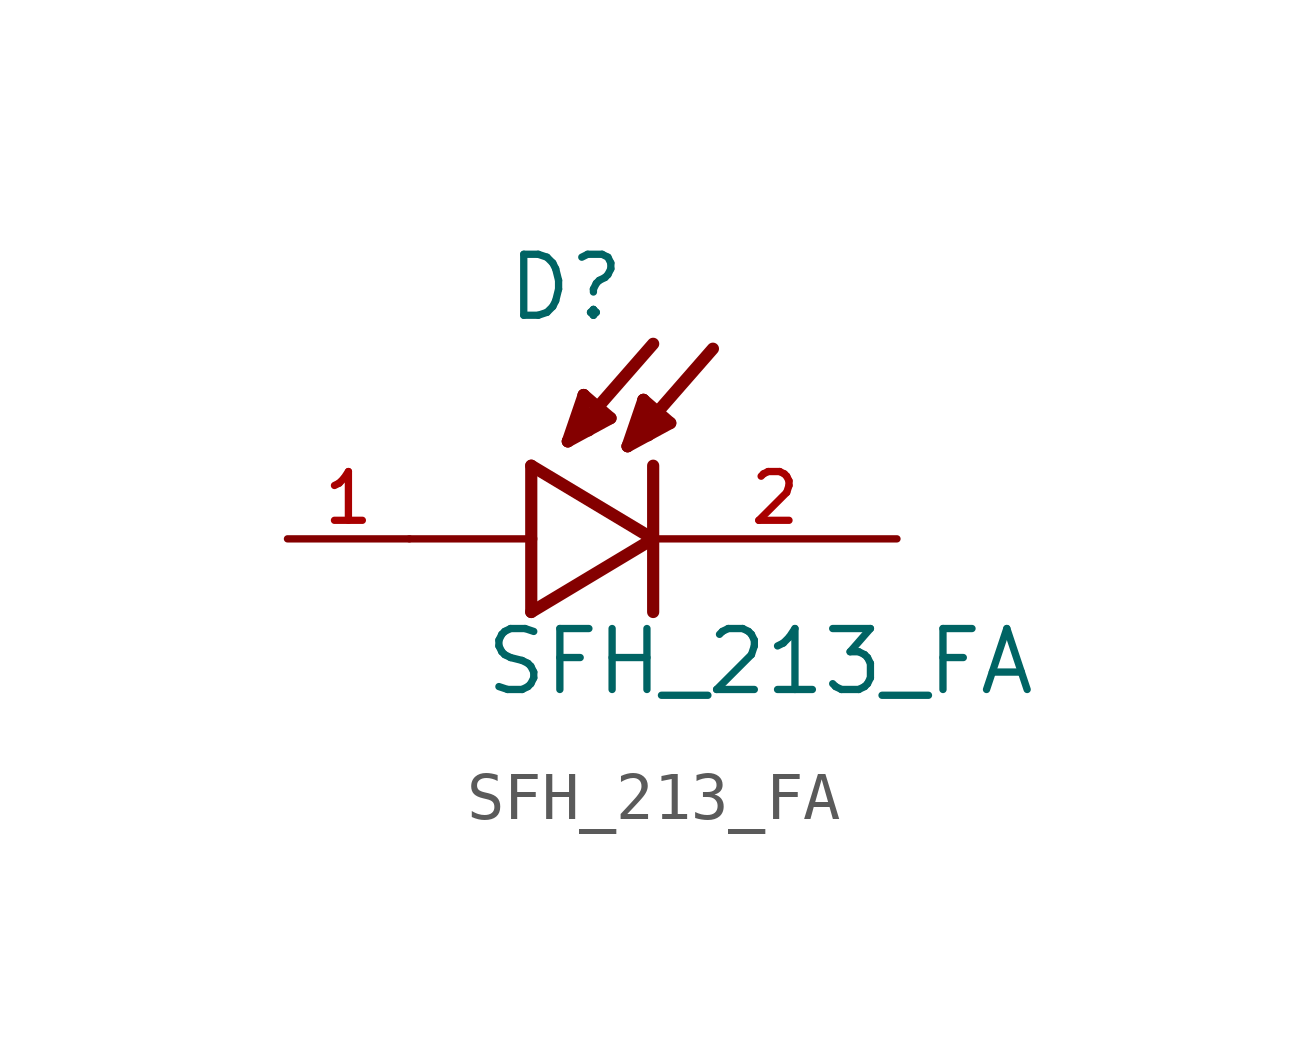
<source format=kicad_sym>
(kicad_symbol_lib
  (version 20211014)
  (generator kicad_symbol_editor)
  (symbol "SFH_213_FA"
    (pin_names
      (offset 1.016))
    (property "Reference" "D"
      (at -3.099 4.496 0)
      (effects (font (size 1.27 1.27)) (justify bottom left)))
    (property "Value" "SFH_213_FA"
      (at -3.556 -3.302 0)
      (effects (font (size 1.27 1.27)) (justify bottom left)))
    (symbol "SFH_213_FA_0_0"
      (polyline (pts (xy -2.54 1.524) (xy -2.54 0.0)) (stroke (width 0.254)))
      (polyline (pts (xy -2.54 0.0) (xy -2.54 -1.524)) (stroke (width 0.254)))
      (polyline (pts (xy -2.54 -1.524) (xy 0.0 0.0)) (stroke (width 0.254)))
      (polyline (pts (xy 0.0 0.0) (xy -2.54 1.524)) (stroke (width 0.254)))
      (polyline (pts (xy 0.0 1.524) (xy 0.0 -1.524)) (stroke (width 0.254)))
      (polyline (pts (xy -2.54 0.0) (xy -5.08 0.0)) (stroke (width 0.152)))
      (polyline (pts (xy -1.778 2.032) (xy 0.0 4.064)) (stroke (width 0.254)))
      (polyline (pts (xy -1.448 2.997) (xy -0.889 2.515)) (stroke (width 0.254)))
      (polyline (pts (xy -0.889 2.515) (xy -1.778 2.032)) (stroke (width 0.254)))
      (polyline (pts (xy -1.778 2.032) (xy -1.448 2.997)) (stroke (width 0.254)))
      (polyline (pts (xy -1.448 2.997) (xy -1.473 2.261)) (stroke (width 0.254)))
      (polyline (pts (xy -1.473 2.261) (xy -1.346 2.261)) (stroke (width 0.254)))
      (polyline (pts (xy -1.067 2.591) (xy -1.295 2.438)) (stroke (width 0.254)))
      (polyline (pts (xy -0.533 1.93) (xy 1.245 3.962)) (stroke (width 0.254)))
      (polyline (pts (xy -0.203 2.896) (xy 0.356 2.413)) (stroke (width 0.254)))
      (polyline (pts (xy 0.356 2.413) (xy -0.533 1.93)) (stroke (width 0.254)))
      (polyline (pts (xy -0.533 1.93) (xy -0.203 2.896)) (stroke (width 0.254)))
      (polyline (pts (xy -0.203 2.896) (xy -0.229 2.159)) (stroke (width 0.254)))
      (polyline (pts (xy -0.229 2.159) (xy -0.102 2.159)) (stroke (width 0.254)))
      (polyline (pts (xy 0.178 2.489) (xy -0.051 2.337)) (stroke (width 0.254)))
      (pin passive line (at 5.08 0.0 180.0) (length 5.08) (name "~" (effects (font (size 1.016 1.016)))) (number "2" (effects (font (size 1.016 1.016)))))
      (pin passive line (at -7.62 0.0 0) (length 2.54) (name "~" (effects (font (size 1.016 1.016)))) (number "1" (effects (font (size 1.016 1.016))))))))
</source>
